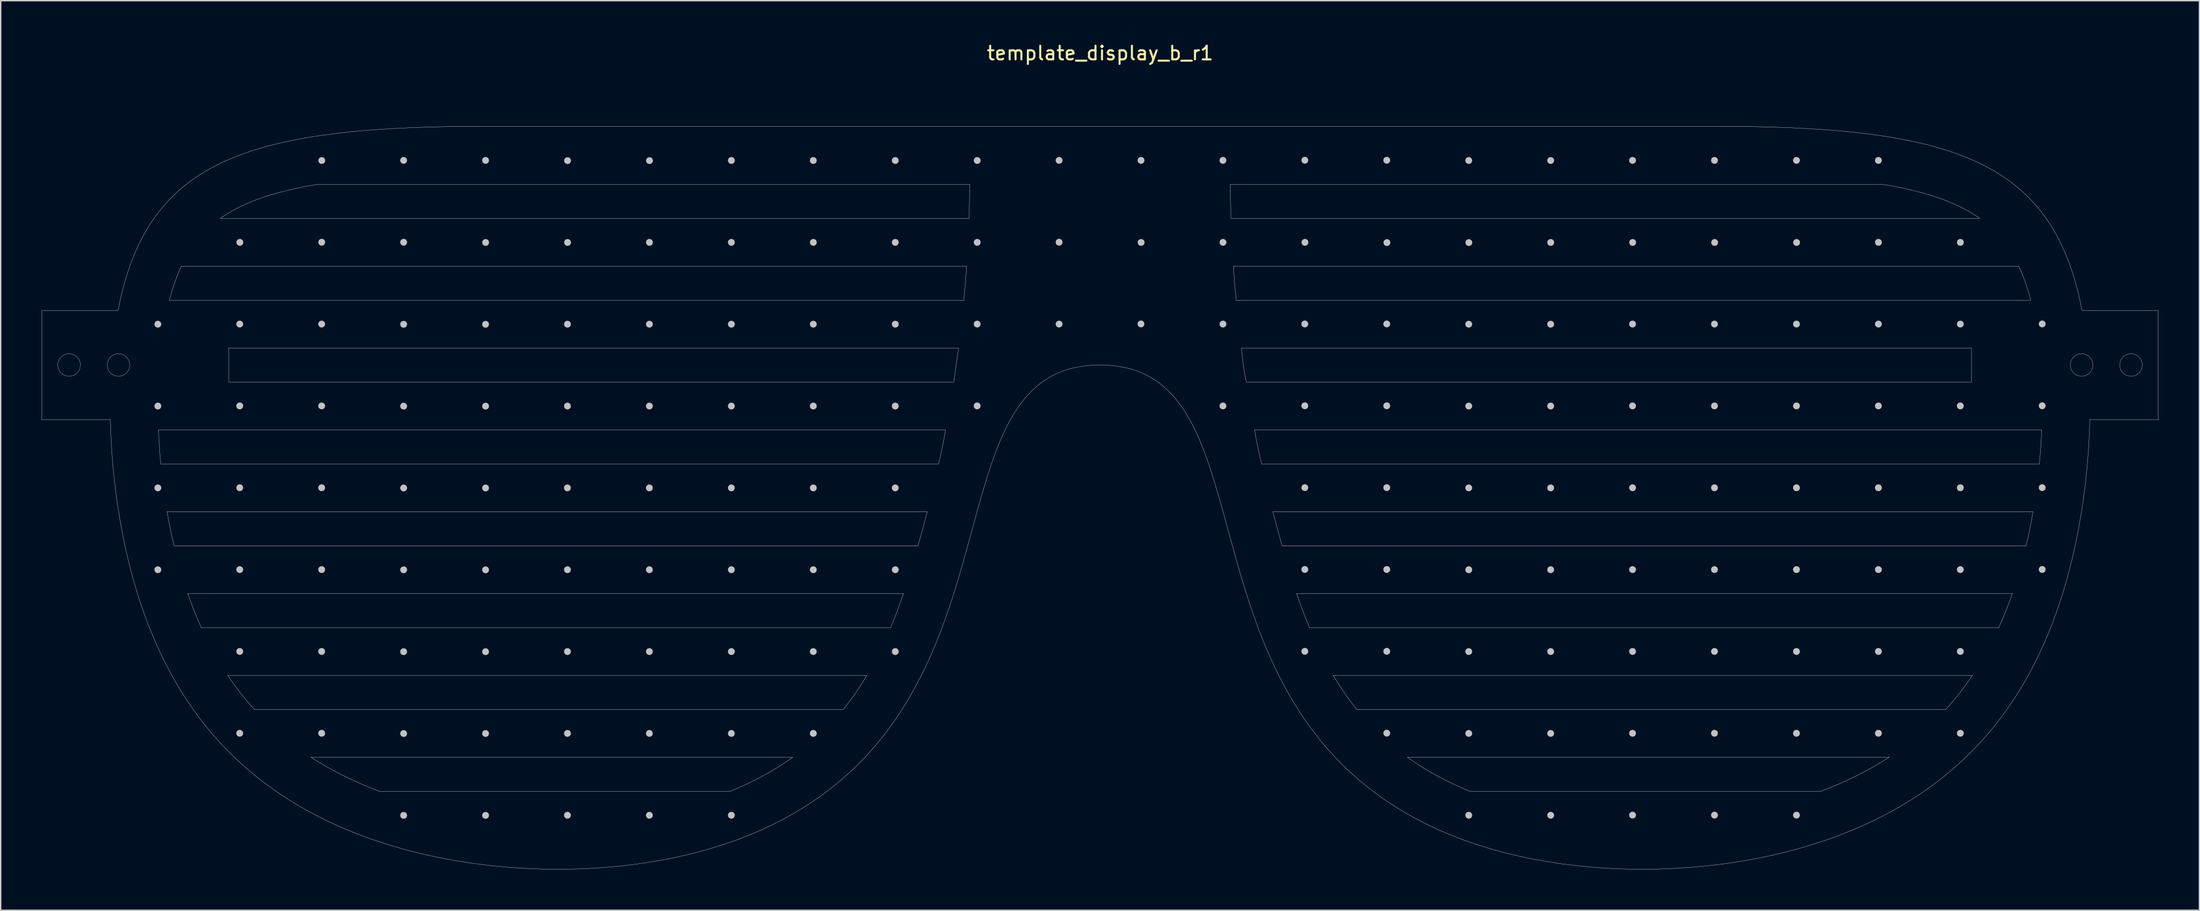
<source format=kicad_pcb>
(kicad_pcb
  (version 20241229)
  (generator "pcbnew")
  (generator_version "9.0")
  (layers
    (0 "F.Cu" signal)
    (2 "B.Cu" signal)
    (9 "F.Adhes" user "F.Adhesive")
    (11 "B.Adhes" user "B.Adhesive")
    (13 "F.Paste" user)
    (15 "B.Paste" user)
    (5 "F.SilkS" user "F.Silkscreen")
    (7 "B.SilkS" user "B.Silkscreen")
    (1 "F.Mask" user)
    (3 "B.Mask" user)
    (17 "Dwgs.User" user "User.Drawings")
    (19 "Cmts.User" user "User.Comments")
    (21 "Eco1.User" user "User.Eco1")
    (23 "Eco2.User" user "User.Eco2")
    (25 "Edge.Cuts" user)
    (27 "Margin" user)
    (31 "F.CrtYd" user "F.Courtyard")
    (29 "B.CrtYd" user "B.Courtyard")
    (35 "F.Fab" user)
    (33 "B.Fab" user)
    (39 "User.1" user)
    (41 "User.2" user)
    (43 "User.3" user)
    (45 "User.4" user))
  (footprint "template_display_b_r1"
    (layer "F.Cu")
    (at 77.51 23.708)
    (property "Reference" "template_display_b_r1" (at 0 -22.86 0) (unlocked yes) (layer "F.SilkS") (effects (font (size 1 1) (thickness 0.15))))
    (attr board_only exclude_from_pos_files exclude_from_bom)
    (fp_line (start -69 -2.991) (end -69 -2.991) (stroke (width 0.5) (type solid)) (layer "Dwgs.User"))
    (fp_line (start -69 3.009) (end -69 3.009) (stroke (width 0.5) (type solid)) (layer "Dwgs.User"))
    (fp_line (start -69 9.009) (end -69 9.009) (stroke (width 0.5) (type solid)) (layer "Dwgs.User"))
    (fp_line (start -69 15.009) (end -69 15.009) (stroke (width 0.5) (type solid)) (layer "Dwgs.User"))
    (fp_line (start -63.004 -3) (end -63.004 -3) (stroke (width 0.5) (type solid)) (layer "Dwgs.User"))
    (fp_line (start -63.004 3) (end -63.004 3) (stroke (width 0.5) (type solid)) (layer "Dwgs.User"))
    (fp_line (start -63.004 9) (end -63.004 9) (stroke (width 0.5) (type solid)) (layer "Dwgs.User"))
    (fp_line (start -63.004 15) (end -63.004 15) (stroke (width 0.5) (type solid)) (layer "Dwgs.User"))
    (fp_line (start -63.004 21) (end -63.004 21) (stroke (width 0.5) (type solid)) (layer "Dwgs.User"))
    (fp_line (start -63.004 27) (end -63.004 27) (stroke (width 0.5) (type solid)) (layer "Dwgs.User"))
    (fp_line (start -62.996 -8.991) (end -62.996 -8.991) (stroke (width 0.5) (type solid)) (layer "Dwgs.User"))
    (fp_line (start -57.004 -3) (end -57.004 -3) (stroke (width 0.5) (type solid)) (layer "Dwgs.User"))
    (fp_line (start -57.004 3) (end -57.004 3) (stroke (width 0.5) (type solid)) (layer "Dwgs.User"))
    (fp_line (start -57.004 9) (end -57.004 9) (stroke (width 0.5) (type solid)) (layer "Dwgs.User"))
    (fp_line (start -57.004 15) (end -57.004 15) (stroke (width 0.5) (type solid)) (layer "Dwgs.User"))
    (fp_line (start -57.004 21) (end -57.004 21) (stroke (width 0.5) (type solid)) (layer "Dwgs.User"))
    (fp_line (start -57.004 27) (end -57.004 27) (stroke (width 0.5) (type solid)) (layer "Dwgs.User"))
    (fp_line (start -57 -9) (end -57 -9) (stroke (width 0.5) (type solid)) (layer "Dwgs.User"))
    (fp_line (start -56.996 -14.991) (end -56.996 -14.991) (stroke (width 0.5) (type solid)) (layer "Dwgs.User"))
    (fp_line (start -51 -15) (end -51 -15) (stroke (width 0.5) (type solid)) (layer "Dwgs.User"))
    (fp_line (start -51 -9) (end -51 -9) (stroke (width 0.5) (type solid)) (layer "Dwgs.User"))
    (fp_line (start -51 -2.983) (end -51 -2.983) (stroke (width 0.5) (type solid)) (layer "Dwgs.User"))
    (fp_line (start -51 3.017) (end -51 3.017) (stroke (width 0.5) (type solid)) (layer "Dwgs.User"))
    (fp_line (start -51 9.017) (end -51 9.017) (stroke (width 0.5) (type solid)) (layer "Dwgs.User"))
    (fp_line (start -51 15.017) (end -51 15.017) (stroke (width 0.5) (type solid)) (layer "Dwgs.User"))
    (fp_line (start -51 21.017) (end -51 21.017) (stroke (width 0.5) (type solid)) (layer "Dwgs.User"))
    (fp_line (start -51 27.017) (end -51 27.017) (stroke (width 0.5) (type solid)) (layer "Dwgs.User"))
    (fp_line (start -51 33.017) (end -51 33.017) (stroke (width 0.5) (type solid)) (layer "Dwgs.User"))
    (fp_line (start -45 -15) (end -45 -15) (stroke (width 0.5) (type solid)) (layer "Dwgs.User"))
    (fp_line (start -45 -2.983) (end -45 -2.983) (stroke (width 0.5) (type solid)) (layer "Dwgs.User"))
    (fp_line (start -45 3.017) (end -45 3.017) (stroke (width 0.5) (type solid)) (layer "Dwgs.User"))
    (fp_line (start -45 9.017) (end -45 9.017) (stroke (width 0.5) (type solid)) (layer "Dwgs.User"))
    (fp_line (start -45 15.017) (end -45 15.017) (stroke (width 0.5) (type solid)) (layer "Dwgs.User"))
    (fp_line (start -45 21.017) (end -45 21.017) (stroke (width 0.5) (type solid)) (layer "Dwgs.User"))
    (fp_line (start -45 27.017) (end -45 27.017) (stroke (width 0.5) (type solid)) (layer "Dwgs.User"))
    (fp_line (start -45 33.017) (end -45 33.017) (stroke (width 0.5) (type solid)) (layer "Dwgs.User"))
    (fp_line (start -44.996 -8.983) (end -44.996 -8.983) (stroke (width 0.5) (type solid)) (layer "Dwgs.User"))
    (fp_line (start -39.004 -2.991) (end -39.004 -2.991) (stroke (width 0.5) (type solid)) (layer "Dwgs.User"))
    (fp_line (start -39.004 3.009) (end -39.004 3.009) (stroke (width 0.5) (type solid)) (layer "Dwgs.User"))
    (fp_line (start -39.004 9.009) (end -39.004 9.009) (stroke (width 0.5) (type solid)) (layer "Dwgs.User"))
    (fp_line (start -39.004 15.009) (end -39.004 15.009) (stroke (width 0.5) (type solid)) (layer "Dwgs.User"))
    (fp_line (start -39.004 21.009) (end -39.004 21.009) (stroke (width 0.5) (type solid)) (layer "Dwgs.User"))
    (fp_line (start -39.004 27.009) (end -39.004 27.009) (stroke (width 0.5) (type solid)) (layer "Dwgs.User"))
    (fp_line (start -39.004 33.009) (end -39.004 33.009) (stroke (width 0.5) (type solid)) (layer "Dwgs.User"))
    (fp_line (start -38.996 -14.983) (end -38.996 -14.983) (stroke (width 0.5) (type solid)) (layer "Dwgs.User"))
    (fp_line (start -38.996 -8.983) (end -38.996 -8.983) (stroke (width 0.5) (type solid)) (layer "Dwgs.User"))
    (fp_line (start -33.004 -2.991) (end -33.004 -2.991) (stroke (width 0.5) (type solid)) (layer "Dwgs.User"))
    (fp_line (start -33.004 3.009) (end -33.004 3.009) (stroke (width 0.5) (type solid)) (layer "Dwgs.User"))
    (fp_line (start -33.004 9.009) (end -33.004 9.009) (stroke (width 0.5) (type solid)) (layer "Dwgs.User"))
    (fp_line (start -33.004 15.009) (end -33.004 15.009) (stroke (width 0.5) (type solid)) (layer "Dwgs.User"))
    (fp_line (start -33.004 21.009) (end -33.004 21.009) (stroke (width 0.5) (type solid)) (layer "Dwgs.User"))
    (fp_line (start -33.004 27.009) (end -33.004 27.009) (stroke (width 0.5) (type solid)) (layer "Dwgs.User"))
    (fp_line (start -33.004 33.009) (end -33.004 33.009) (stroke (width 0.5) (type solid)) (layer "Dwgs.User"))
    (fp_line (start -33 -8.991) (end -33 -8.991) (stroke (width 0.5) (type solid)) (layer "Dwgs.User"))
    (fp_line (start -32.996 -14.983) (end -32.996 -14.983) (stroke (width 0.5) (type solid)) (layer "Dwgs.User"))
    (fp_line (start -27 -14.991) (end -27 -14.991) (stroke (width 0.5) (type solid)) (layer "Dwgs.User"))
    (fp_line (start -27 -8.991) (end -27 -8.991) (stroke (width 0.5) (type solid)) (layer "Dwgs.User"))
    (fp_line (start -27 -2.991) (end -27 -2.991) (stroke (width 0.5) (type solid)) (layer "Dwgs.User"))
    (fp_line (start -27 3.009) (end -27 3.009) (stroke (width 0.5) (type solid)) (layer "Dwgs.User"))
    (fp_line (start -27 9.009) (end -27 9.009) (stroke (width 0.5) (type solid)) (layer "Dwgs.User"))
    (fp_line (start -27 15.009) (end -27 15.009) (stroke (width 0.5) (type solid)) (layer "Dwgs.User"))
    (fp_line (start -27 21.009) (end -27 21.009) (stroke (width 0.5) (type solid)) (layer "Dwgs.User"))
    (fp_line (start -27 27.009) (end -27 27.009) (stroke (width 0.5) (type solid)) (layer "Dwgs.User"))
    (fp_line (start -27 33.009) (end -27 33.009) (stroke (width 0.5) (type solid)) (layer "Dwgs.User"))
    (fp_line (start -21 -14.991) (end -21 -14.991) (stroke (width 0.5) (type solid)) (layer "Dwgs.User"))
    (fp_line (start -21 -2.991) (end -21 -2.991) (stroke (width 0.5) (type solid)) (layer "Dwgs.User"))
    (fp_line (start -21 3.009) (end -21 3.009) (stroke (width 0.5) (type solid)) (layer "Dwgs.User"))
    (fp_line (start -21 9.009) (end -21 9.009) (stroke (width 0.5) (type solid)) (layer "Dwgs.User"))
    (fp_line (start -21 15.009) (end -21 15.009) (stroke (width 0.5) (type solid)) (layer "Dwgs.User"))
    (fp_line (start -21 21.009) (end -21 21.009) (stroke (width 0.5) (type solid)) (layer "Dwgs.User"))
    (fp_line (start -21 27.009) (end -21 27.009) (stroke (width 0.5) (type solid)) (layer "Dwgs.User"))
    (fp_line (start -20.996 -8.991) (end -20.996 -8.991) (stroke (width 0.5) (type solid)) (layer "Dwgs.User"))
    (fp_line (start -14.996 -14.991) (end -14.996 -14.991) (stroke (width 0.5) (type solid)) (layer "Dwgs.User"))
    (fp_line (start -14.996 -8.991) (end -14.996 -8.991) (stroke (width 0.5) (type solid)) (layer "Dwgs.User"))
    (fp_line (start -14.996 -2.991) (end -14.996 -2.991) (stroke (width 0.5) (type solid)) (layer "Dwgs.User"))
    (fp_line (start -14.996 3.009) (end -14.996 3.009) (stroke (width 0.5) (type solid)) (layer "Dwgs.User"))
    (fp_line (start -14.996 9.009) (end -14.996 9.009) (stroke (width 0.5) (type solid)) (layer "Dwgs.User"))
    (fp_line (start -14.996 15.009) (end -14.996 15.009) (stroke (width 0.5) (type solid)) (layer "Dwgs.User"))
    (fp_line (start -14.996 21.009) (end -14.996 21.009) (stroke (width 0.5) (type solid)) (layer "Dwgs.User"))
    (fp_line (start -9 -3) (end -9 -3) (stroke (width 0.5) (type solid)) (layer "Dwgs.User"))
    (fp_line (start -9 3) (end -9 3) (stroke (width 0.5) (type solid)) (layer "Dwgs.User"))
    (fp_line (start -8.996 -14.991) (end -8.996 -14.991) (stroke (width 0.5) (type solid)) (layer "Dwgs.User"))
    (fp_line (start -8.996 -8.991) (end -8.996 -8.991) (stroke (width 0.5) (type solid)) (layer "Dwgs.User"))
    (fp_line (start -3 -15) (end -3 -15) (stroke (width 0.5) (type solid)) (layer "Dwgs.User"))
    (fp_line (start -3 -9) (end -3 -9) (stroke (width 0.5) (type solid)) (layer "Dwgs.User"))
    (fp_line (start -3 -3) (end -3 -3) (stroke (width 0.5) (type solid)) (layer "Dwgs.User"))
    (fp_line (start 2.996 -3.009) (end 2.996 -3.009) (stroke (width 0.5) (type solid)) (layer "Dwgs.User"))
    (fp_line (start 3 -15) (end 3 -15) (stroke (width 0.5) (type solid)) (layer "Dwgs.User"))
    (fp_line (start 3.008 -8.983) (end 3.008 -8.983) (stroke (width 0.5) (type solid)) (layer "Dwgs.User"))
    (fp_line (start 9 -15) (end 9 -15) (stroke (width 0.5) (type solid)) (layer "Dwgs.User"))
    (fp_line (start 9 -3) (end 9 -3) (stroke (width 0.5) (type solid)) (layer "Dwgs.User"))
    (fp_line (start 9 3) (end 9 3) (stroke (width 0.5) (type solid)) (layer "Dwgs.User"))
    (fp_line (start 9.004 -8.991) (end 9.004 -8.991) (stroke (width 0.5) (type solid)) (layer "Dwgs.User"))
    (fp_line (start 14.996 -15.009) (end 14.996 -15.009) (stroke (width 0.5) (type solid)) (layer "Dwgs.User"))
    (fp_line (start 14.996 -3.009) (end 14.996 -3.009) (stroke (width 0.5) (type solid)) (layer "Dwgs.User"))
    (fp_line (start 14.996 2.991) (end 14.996 2.991) (stroke (width 0.5) (type solid)) (layer "Dwgs.User"))
    (fp_line (start 14.996 8.991) (end 14.996 8.991) (stroke (width 0.5) (type solid)) (layer "Dwgs.User"))
    (fp_line (start 14.996 14.991) (end 14.996 14.991) (stroke (width 0.5) (type solid)) (layer "Dwgs.User"))
    (fp_line (start 14.996 20.991) (end 14.996 20.991) (stroke (width 0.5) (type solid)) (layer "Dwgs.User"))
    (fp_line (start 15.004 -8.991) (end 15.004 -8.991) (stroke (width 0.5) (type solid)) (layer "Dwgs.User"))
    (fp_line (start 20.996 -15.009) (end 20.996 -15.009) (stroke (width 0.5) (type solid)) (layer "Dwgs.User"))
    (fp_line (start 20.996 -3.009) (end 20.996 -3.009) (stroke (width 0.5) (type solid)) (layer "Dwgs.User"))
    (fp_line (start 20.996 2.991) (end 20.996 2.991) (stroke (width 0.5) (type solid)) (layer "Dwgs.User"))
    (fp_line (start 20.996 8.991) (end 20.996 8.991) (stroke (width 0.5) (type solid)) (layer "Dwgs.User"))
    (fp_line (start 20.996 14.991) (end 20.996 14.991) (stroke (width 0.5) (type solid)) (layer "Dwgs.User"))
    (fp_line (start 20.996 20.991) (end 20.996 20.991) (stroke (width 0.5) (type solid)) (layer "Dwgs.User"))
    (fp_line (start 20.996 26.991) (end 20.996 26.991) (stroke (width 0.5) (type solid)) (layer "Dwgs.User"))
    (fp_line (start 21.008 -8.974) (end 21.008 -8.974) (stroke (width 0.5) (type solid)) (layer "Dwgs.User"))
    (fp_line (start 27 -14.991) (end 27 -14.991) (stroke (width 0.5) (type solid)) (layer "Dwgs.User"))
    (fp_line (start 27 -2.991) (end 27 -2.991) (stroke (width 0.5) (type solid)) (layer "Dwgs.User"))
    (fp_line (start 27 3.009) (end 27 3.009) (stroke (width 0.5) (type solid)) (layer "Dwgs.User"))
    (fp_line (start 27 9.009) (end 27 9.009) (stroke (width 0.5) (type solid)) (layer "Dwgs.User"))
    (fp_line (start 27 15.009) (end 27 15.009) (stroke (width 0.5) (type solid)) (layer "Dwgs.User"))
    (fp_line (start 27 21.009) (end 27 21.009) (stroke (width 0.5) (type solid)) (layer "Dwgs.User"))
    (fp_line (start 27 27.009) (end 27 27.009) (stroke (width 0.5) (type solid)) (layer "Dwgs.User"))
    (fp_line (start 27 33.009) (end 27 33.009) (stroke (width 0.5) (type solid)) (layer "Dwgs.User"))
    (fp_line (start 27.008 -8.974) (end 27.008 -8.974) (stroke (width 0.5) (type solid)) (layer "Dwgs.User"))
    (fp_line (start 33 -14.991) (end 33 -14.991) (stroke (width 0.5) (type solid)) (layer "Dwgs.User"))
    (fp_line (start 33 -2.991) (end 33 -2.991) (stroke (width 0.5) (type solid)) (layer "Dwgs.User"))
    (fp_line (start 33 3.009) (end 33 3.009) (stroke (width 0.5) (type solid)) (layer "Dwgs.User"))
    (fp_line (start 33 9.009) (end 33 9.009) (stroke (width 0.5) (type solid)) (layer "Dwgs.User"))
    (fp_line (start 33 15.009) (end 33 15.009) (stroke (width 0.5) (type solid)) (layer "Dwgs.User"))
    (fp_line (start 33 21.009) (end 33 21.009) (stroke (width 0.5) (type solid)) (layer "Dwgs.User"))
    (fp_line (start 33 27.009) (end 33 27.009) (stroke (width 0.5) (type solid)) (layer "Dwgs.User"))
    (fp_line (start 33 33.009) (end 33 33.009) (stroke (width 0.5) (type solid)) (layer "Dwgs.User"))
    (fp_line (start 33.004 -8.983) (end 33.004 -8.983) (stroke (width 0.5) (type solid)) (layer "Dwgs.User"))
    (fp_line (start 38.996 -15) (end 38.996 -15) (stroke (width 0.5) (type solid)) (layer "Dwgs.User"))
    (fp_line (start 38.996 -3) (end 38.996 -3) (stroke (width 0.5) (type solid)) (layer "Dwgs.User"))
    (fp_line (start 38.996 3) (end 38.996 3) (stroke (width 0.5) (type solid)) (layer "Dwgs.User"))
    (fp_line (start 38.996 9) (end 38.996 9) (stroke (width 0.5) (type solid)) (layer "Dwgs.User"))
    (fp_line (start 38.996 15) (end 38.996 15) (stroke (width 0.5) (type solid)) (layer "Dwgs.User"))
    (fp_line (start 38.996 21) (end 38.996 21) (stroke (width 0.5) (type solid)) (layer "Dwgs.User"))
    (fp_line (start 38.996 27) (end 38.996 27) (stroke (width 0.5) (type solid)) (layer "Dwgs.User"))
    (fp_line (start 38.996 33) (end 38.996 33) (stroke (width 0.5) (type solid)) (layer "Dwgs.User"))
    (fp_line (start 39.004 -8.983) (end 39.004 -8.983) (stroke (width 0.5) (type solid)) (layer "Dwgs.User"))
    (fp_line (start 44.996 -15) (end 44.996 -15) (stroke (width 0.5) (type solid)) (layer "Dwgs.User"))
    (fp_line (start 44.996 -3) (end 44.996 -3) (stroke (width 0.5) (type solid)) (layer "Dwgs.User"))
    (fp_line (start 44.996 3) (end 44.996 3) (stroke (width 0.5) (type solid)) (layer "Dwgs.User"))
    (fp_line (start 44.996 9) (end 44.996 9) (stroke (width 0.5) (type solid)) (layer "Dwgs.User"))
    (fp_line (start 44.996 15) (end 44.996 15) (stroke (width 0.5) (type solid)) (layer "Dwgs.User"))
    (fp_line (start 44.996 21) (end 44.996 21) (stroke (width 0.5) (type solid)) (layer "Dwgs.User"))
    (fp_line (start 44.996 27) (end 44.996 27) (stroke (width 0.5) (type solid)) (layer "Dwgs.User"))
    (fp_line (start 44.996 33) (end 44.996 33) (stroke (width 0.5) (type solid)) (layer "Dwgs.User"))
    (fp_line (start 45.008 -8.983) (end 45.008 -8.983) (stroke (width 0.5) (type solid)) (layer "Dwgs.User"))
    (fp_line (start 51 -15) (end 51 -15) (stroke (width 0.5) (type solid)) (layer "Dwgs.User"))
    (fp_line (start 51 -3) (end 51 -3) (stroke (width 0.5) (type solid)) (layer "Dwgs.User"))
    (fp_line (start 51 3) (end 51 3) (stroke (width 0.5) (type solid)) (layer "Dwgs.User"))
    (fp_line (start 51 9) (end 51 9) (stroke (width 0.5) (type solid)) (layer "Dwgs.User"))
    (fp_line (start 51 15) (end 51 15) (stroke (width 0.5) (type solid)) (layer "Dwgs.User"))
    (fp_line (start 51 21) (end 51 21) (stroke (width 0.5) (type solid)) (layer "Dwgs.User"))
    (fp_line (start 51 27) (end 51 27) (stroke (width 0.5) (type solid)) (layer "Dwgs.User"))
    (fp_line (start 51 33) (end 51 33) (stroke (width 0.5) (type solid)) (layer "Dwgs.User"))
    (fp_line (start 51.008 -8.983) (end 51.008 -8.983) (stroke (width 0.5) (type solid)) (layer "Dwgs.User"))
    (fp_line (start 57 -15) (end 57 -15) (stroke (width 0.5) (type solid)) (layer "Dwgs.User"))
    (fp_line (start 57 -3) (end 57 -3) (stroke (width 0.5) (type solid)) (layer "Dwgs.User"))
    (fp_line (start 57 3) (end 57 3) (stroke (width 0.5) (type solid)) (layer "Dwgs.User"))
    (fp_line (start 57 9) (end 57 9) (stroke (width 0.5) (type solid)) (layer "Dwgs.User"))
    (fp_line (start 57 15) (end 57 15) (stroke (width 0.5) (type solid)) (layer "Dwgs.User"))
    (fp_line (start 57 21) (end 57 21) (stroke (width 0.5) (type solid)) (layer "Dwgs.User"))
    (fp_line (start 57 27) (end 57 27) (stroke (width 0.5) (type solid)) (layer "Dwgs.User"))
    (fp_line (start 57.004 -8.991) (end 57.004 -8.991) (stroke (width 0.5) (type solid)) (layer "Dwgs.User"))
    (fp_line (start 63 -3) (end 63 -3) (stroke (width 0.5) (type solid)) (layer "Dwgs.User"))
    (fp_line (start 63 3) (end 63 3) (stroke (width 0.5) (type solid)) (layer "Dwgs.User"))
    (fp_line (start 63 9) (end 63 9) (stroke (width 0.5) (type solid)) (layer "Dwgs.User"))
    (fp_line (start 63 15) (end 63 15) (stroke (width 0.5) (type solid)) (layer "Dwgs.User"))
    (fp_line (start 63 21) (end 63 21) (stroke (width 0.5) (type solid)) (layer "Dwgs.User"))
    (fp_line (start 63 27) (end 63 27) (stroke (width 0.5) (type solid)) (layer "Dwgs.User"))
    (fp_line (start 63.004 -8.991) (end 63.004 -8.991) (stroke (width 0.5) (type solid)) (layer "Dwgs.User"))
    (fp_line (start 68.996 -3.009) (end 68.996 -3.009) (stroke (width 0.5) (type solid)) (layer "Dwgs.User"))
    (fp_line (start 68.996 2.991) (end 68.996 2.991) (stroke (width 0.5) (type solid)) (layer "Dwgs.User"))
    (fp_line (start 68.996 8.991) (end 68.996 8.991) (stroke (width 0.5) (type solid)) (layer "Dwgs.User"))
    (fp_line (start 68.996 14.991) (end 68.996 14.991) (stroke (width 0.5) (type solid)) (layer "Dwgs.User"))
    (fp_circle (center -75.5 0) (end -74.675 0) (stroke (width 0.02) (type solid)) (fill no) (layer "Dwgs.User"))
    (fp_circle (center -71.88 0) (end -71.055 0) (stroke (width 0.02) (type solid)) (fill no) (layer "Dwgs.User"))
    (fp_circle (center 71.88 0) (end 72.705 0) (stroke (width 0.02) (type solid)) (fill no) (layer "Dwgs.User"))
    (fp_circle (center 75.5 0) (end 76.325 0) (stroke (width 0.02) (type solid)) (fill no) (layer "Dwgs.User"))
    (fp_line (start -77.5 -4) (end -77.5 4) (stroke (width 0.02) (type solid)) (layer "Edge.Cuts"))
    (fp_line (start -77.5 4) (end -72.483 4) (stroke (width 0.02) (type solid)) (layer "Edge.Cuts"))
    (fp_line (start -71.913 -4) (end -77.5 -4) (stroke (width 0.02) (type solid)) (layer "Edge.Cuts"))
    (fp_line (start -68.957 4.75) (end -11.318 4.75) (stroke (width 0.02) (type solid)) (layer "Edge.Cuts"))
    (fp_line (start -68.326 10.75) (end -12.655 10.75) (stroke (width 0.02) (type solid)) (layer "Edge.Cuts"))
    (fp_line (start -67.275 -7.25) (end -9.772 -7.25) (stroke (width 0.02) (type solid)) (layer "Edge.Cuts"))
    (fp_line (start -66.814 16.75) (end -14.395 16.75) (stroke (width 0.02) (type solid)) (layer "Edge.Cuts"))
    (fp_line (start -63.886 22.75) (end -17.074 22.75) (stroke (width 0.02) (type solid)) (layer "Edge.Cuts"))
    (fp_line (start -63.81 -1.25) (end -10.36 -1.25) (stroke (width 0.02) (type solid)) (layer "Edge.Cuts"))
    (fp_line (start -63.81 1.25) (end -63.81 -1.25) (stroke (width 0.02) (type solid)) (layer "Edge.Cuts"))
    (fp_line (start -57.793 28.75) (end -22.499 28.75) (stroke (width 0.02) (type solid)) (layer "Edge.Cuts"))
    (fp_line (start -57.264 -13.25) (end -9.547 -13.25) (stroke (width 0.02) (type solid)) (layer "Edge.Cuts"))
    (fp_line (start -27.089 31.25) (end -52.777 31.25) (stroke (width 0.02) (type solid)) (layer "Edge.Cuts"))
    (fp_line (start -18.801 25.25) (end -61.932 25.25) (stroke (width 0.02) (type solid)) (layer "Edge.Cuts"))
    (fp_line (start -15.335 19.25) (end -65.82 19.25) (stroke (width 0.02) (type solid)) (layer "Edge.Cuts"))
    (fp_line (start -13.329 13.25) (end -67.82 13.25) (stroke (width 0.02) (type solid)) (layer "Edge.Cuts"))
    (fp_line (start -11.828 7.25) (end -68.788 7.25) (stroke (width 0.02) (type solid)) (layer "Edge.Cuts"))
    (fp_line (start -10.714 1.25) (end -63.81 1.25) (stroke (width 0.02) (type solid)) (layer "Edge.Cuts"))
    (fp_line (start -10.36 -1.25) (end -10.714 1.25) (stroke (width 0.02) (type solid)) (layer "Edge.Cuts"))
    (fp_line (start -9.973 -4.75) (end -68.158 -4.75) (stroke (width 0.02) (type solid)) (layer "Edge.Cuts"))
    (fp_line (start -9.597 -10.75) (end -64.416 -10.75) (stroke (width 0.02) (type solid)) (layer "Edge.Cuts"))
    (fp_line (start 9.547 -13.25) (end 57.264 -13.25) (stroke (width 0.02) (type solid)) (layer "Edge.Cuts"))
    (fp_line (start 9.772 -7.25) (end 67.275 -7.25) (stroke (width 0.02) (type solid)) (layer "Edge.Cuts"))
    (fp_line (start 10.714 1.25) (end 63.81 1.25) (stroke (width 0.02) (type solid)) (layer "Edge.Cuts"))
    (fp_line (start 11.318 4.75) (end 68.957 4.75) (stroke (width 0.02) (type solid)) (layer "Edge.Cuts"))
    (fp_line (start 12.655 10.75) (end 68.326 10.75) (stroke (width 0.02) (type solid)) (layer "Edge.Cuts"))
    (fp_line (start 14.395 16.75) (end 66.814 16.75) (stroke (width 0.02) (type solid)) (layer "Edge.Cuts"))
    (fp_line (start 17.074 22.75) (end 63.886 22.75) (stroke (width 0.02) (type solid)) (layer "Edge.Cuts"))
    (fp_line (start 22.499 28.75) (end 57.793 28.75) (stroke (width 0.02) (type solid)) (layer "Edge.Cuts"))
    (fp_line (start 45 -17.5) (end -45 -17.5) (stroke (width 0.02) (type solid)) (layer "Edge.Cuts"))
    (fp_line (start 52.777 31.25) (end 27.089 31.25) (stroke (width 0.02) (type solid)) (layer "Edge.Cuts"))
    (fp_line (start 61.932 25.25) (end 18.801 25.25) (stroke (width 0.02) (type solid)) (layer "Edge.Cuts"))
    (fp_line (start 63.81 -1.25) (end 10.36 -1.25) (stroke (width 0.02) (type solid)) (layer "Edge.Cuts"))
    (fp_line (start 63.81 1.25) (end 63.81 -1.25) (stroke (width 0.02) (type solid)) (layer "Edge.Cuts"))
    (fp_line (start 64.416 -10.75) (end 9.597 -10.75) (stroke (width 0.02) (type solid)) (layer "Edge.Cuts"))
    (fp_line (start 65.82 19.25) (end 15.335 19.25) (stroke (width 0.02) (type solid)) (layer "Edge.Cuts"))
    (fp_line (start 67.82 13.25) (end 13.329 13.25) (stroke (width 0.02) (type solid)) (layer "Edge.Cuts"))
    (fp_line (start 68.158 -4.75) (end 9.973 -4.75) (stroke (width 0.02) (type solid)) (layer "Edge.Cuts"))
    (fp_line (start 68.788 7.25) (end 11.828 7.25) (stroke (width 0.02) (type solid)) (layer "Edge.Cuts"))
    (fp_line (start 72.483 4) (end 77.5 4) (stroke (width 0.02) (type solid)) (layer "Edge.Cuts"))
    (fp_line (start 77.5 -4) (end 71.913 -4) (stroke (width 0.02) (type solid)) (layer "Edge.Cuts"))
    (fp_line (start 77.5 4) (end 77.5 -4) (stroke (width 0.02) (type solid)) (layer "Edge.Cuts"))
    (fp_arc (start -12.655485 10.75) (mid -12.983999 12.002179) (end -13.328696 13.25) (stroke (width 0.02) (type solid)) (layer "Edge.Cuts"))
    (fp_arc (start -11.3178 4.75) (mid -11.548001 6.005104) (end -11.8282 7.25) (stroke (width 0.02) (type solid)) (layer "Edge.Cuts"))
    (fp_arc (start -9.772347 -7.25) (mid -9.864838 -5.999371) (end -9.973006 -4.75) (stroke (width 0.02) (type solid)) (layer "Edge.Cuts"))
    (fp_arc (start -9.547087 -13.25) (mid -9.564279 -11.999844) (end -9.597101 -10.75) (stroke (width 0.02) (type solid)) (layer "Edge.Cuts"))
    (fp_arc (start 9.5971 -10.75) (mid 9.552822 -11.999614) (end 9.54709 -13.25) (stroke (width 0.02) (type solid)) (layer "Edge.Cuts"))
    (fp_arc (start 9.97301 -4.75) (mid 9.852346 -5.998368) (end 9.77235 -7.25) (stroke (width 0.02) (type solid)) (layer "Edge.Cuts"))
    (fp_arc (start 10.7139 1.25) (mid 10.491874 0.006402) (end 10.3604 -1.25) (stroke (width 0.02) (type solid)) (layer "Edge.Cuts"))
    (fp_arc (start 11.8282 7.25) (mid 11.548001 6.005104) (end 11.3178 4.75) (stroke (width 0.02) (type solid)) (layer "Edge.Cuts"))
    (fp_arc (start 13.328696 13.25) (mid 12.983999 12.002179) (end 12.655485 10.75) (stroke (width 0.02) (type solid)) (layer "Edge.Cuts"))
    (fp_curve (pts (xy -72.483 4) (xy -72.432 6.152) (xy -72.243 8.332) (xy -71.918 10.466)) (stroke (width 0.02) (type solid)) (layer "Edge.Cuts"))
    (fp_curve (pts (xy -71.918 10.466) (xy -71.592 12.601) (xy -71.13 14.691) (xy -70.518 16.68)) (stroke (width 0.02) (type solid)) (layer "Edge.Cuts"))
    (fp_curve (pts (xy -70.518 16.68) (xy -69.294 20.664) (xy -67.465 24.227) (xy -64.913 27.164)) (stroke (width 0.02) (type solid)) (layer "Edge.Cuts"))
    (fp_curve (pts (xy -69.966 -9.663) (xy -70.914 -7.974) (xy -71.52 -6.059) (xy -71.913 -4)) (stroke (width 0.02) (type solid)) (layer "Edge.Cuts"))
    (fp_curve (pts (xy -68.894 5.925) (xy -68.92 5.533) (xy -68.941 5.141) (xy -68.957 4.75)) (stroke (width 0.02) (type solid)) (layer "Edge.Cuts"))
    (fp_curve (pts (xy -68.788 7.25) (xy -68.829 6.809) (xy -68.864 6.367) (xy -68.894 5.925)) (stroke (width 0.02) (type solid)) (layer "Edge.Cuts"))
    (fp_curve (pts (xy -68.158 -4.75) (xy -67.919 -5.668) (xy -67.622 -6.508) (xy -67.275 -7.25)) (stroke (width 0.02) (type solid)) (layer "Edge.Cuts"))
    (fp_curve (pts (xy -67.82 13.25) (xy -68.013 12.432) (xy -68.181 11.596) (xy -68.326 10.75)) (stroke (width 0.02) (type solid)) (layer "Edge.Cuts"))
    (fp_curve (pts (xy -66.622 17.287) (xy -66.687 17.11) (xy -66.751 16.931) (xy -66.814 16.75)) (stroke (width 0.02) (type solid)) (layer "Edge.Cuts"))
    (fp_curve (pts (xy -65.86 -13.99) (xy -67.72 -12.814) (xy -69.013 -11.352) (xy -69.966 -9.663)) (stroke (width 0.02) (type solid)) (layer "Edge.Cuts"))
    (fp_curve (pts (xy -65.82 19.25) (xy -66.107 18.617) (xy -66.374 17.963) (xy -66.622 17.287)) (stroke (width 0.02) (type solid)) (layer "Edge.Cuts"))
    (fp_curve (pts (xy -64.913 27.164) (xy -62.367 30.106) (xy -59.083 32.438) (xy -55.101 34.094)) (stroke (width 0.02) (type solid)) (layer "Edge.Cuts"))
    (fp_curve (pts (xy -64.416 -10.75) (xy -63.411 -11.47) (xy -62.081 -12.107) (xy -60.147 -12.637)) (stroke (width 0.02) (type solid)) (layer "Edge.Cuts"))
    (fp_curve (pts (xy -61.932 25.25) (xy -62.641 24.471) (xy -63.292 23.638) (xy -63.886 22.75)) (stroke (width 0.02) (type solid)) (layer "Edge.Cuts"))
    (fp_curve (pts (xy -60.147 -12.637) (xy -59.307 -12.87) (xy -58.345 -13.074) (xy -57.264 -13.25)) (stroke (width 0.02) (type solid)) (layer "Edge.Cuts"))
    (fp_curve (pts (xy -58.231 -16.64) (xy -61.568 -16.058) (xy -63.996 -15.167) (xy -65.86 -13.99)) (stroke (width 0.02) (type solid)) (layer "Edge.Cuts"))
    (fp_curve (pts (xy -55.101 34.094) (xy -53.113 34.922) (xy -50.955 35.582) (xy -48.662 36.061)) (stroke (width 0.02) (type solid)) (layer "Edge.Cuts"))
    (fp_curve (pts (xy -52.777 31.25) (xy -54.63 30.557) (xy -56.3 29.72) (xy -57.793 28.75)) (stroke (width 0.02) (type solid)) (layer "Edge.Cuts"))
    (fp_curve (pts (xy -48.662 36.061) (xy -46.37 36.54) (xy -43.942 36.839) (xy -41.441 36.935)) (stroke (width 0.02) (type solid)) (layer "Edge.Cuts"))
    (fp_curve (pts (xy -45 -17.5) (xy -50.641 -17.501) (xy -54.89 -17.225) (xy -58.231 -16.64)) (stroke (width 0.02) (type solid)) (layer "Edge.Cuts"))
    (fp_curve (pts (xy -41.441 36.935) (xy -38.941 37.03) (xy -36.368 36.922) (xy -33.818 36.571)) (stroke (width 0.02) (type solid)) (layer "Edge.Cuts"))
    (fp_curve (pts (xy -33.818 36.571) (xy -31.268 36.219) (xy -28.744 35.622) (xy -26.369 34.726)) (stroke (width 0.02) (type solid)) (layer "Edge.Cuts"))
    (fp_curve (pts (xy -26.369 34.726) (xy -23.992 33.83) (xy -21.767 32.632) (xy -19.798 31.102)) (stroke (width 0.02) (type solid)) (layer "Edge.Cuts"))
    (fp_curve (pts (xy -22.499 28.75) (xy -23.886 29.75) (xy -25.419 30.578) (xy -27.089 31.25)) (stroke (width 0.02) (type solid)) (layer "Edge.Cuts"))
    (fp_curve (pts (xy -19.798 31.102) (xy -17.826 29.575) (xy -16.114 27.713) (xy -14.695 25.552)) (stroke (width 0.02) (type solid)) (layer "Edge.Cuts"))
    (fp_curve (pts (xy -18.42 24.763) (xy -18.545 24.928) (xy -18.672 25.09) (xy -18.801 25.25)) (stroke (width 0.02) (type solid)) (layer "Edge.Cuts"))
    (fp_curve (pts (xy -17.074 22.75) (xy -17.495 23.461) (xy -17.943 24.133) (xy -18.42 24.763)) (stroke (width 0.02) (type solid)) (layer "Edge.Cuts"))
    (fp_curve (pts (xy -14.695 25.552) (xy -13.272 23.396) (xy -12.146 20.938) (xy -11.234 18.321)) (stroke (width 0.02) (type solid)) (layer "Edge.Cuts"))
    (fp_curve (pts (xy -14.449 16.91) (xy -14.727 17.718) (xy -15.022 18.499) (xy -15.335 19.25)) (stroke (width 0.02) (type solid)) (layer "Edge.Cuts"))
    (fp_curve (pts (xy -14.394 16.75) (xy -14.413 16.803) (xy -14.431 16.857) (xy -14.449 16.91)) (stroke (width 0.02) (type solid)) (layer "Edge.Cuts"))
    (fp_curve (pts (xy -11.234 18.321) (xy -10.316 15.709) (xy -9.614 12.935) (xy -8.879 10.289)) (stroke (width 0.02) (type solid)) (layer "Edge.Cuts"))
    (fp_curve (pts (xy -8.879 10.289) (xy -8.135 7.649) (xy -7.36 5.133) (xy -6.084 3.219)) (stroke (width 0.02) (type solid)) (layer "Edge.Cuts"))
    (fp_curve (pts (xy -6.084 3.219) (xy -5.444 2.264) (xy -4.674 1.463) (xy -3.691 0.897)) (stroke (width 0.02) (type solid)) (layer "Edge.Cuts"))
    (fp_curve (pts (xy -3.691 0.897) (xy -2.707 0.331) (xy -1.511 0.00029) (xy 0 0)) (stroke (width 0.02) (type solid)) (layer "Edge.Cuts"))
    (fp_curve (pts (xy 0 0) (xy 1.511 0.00029) (xy 2.707 0.331) (xy 3.691 0.897)) (stroke (width 0.02) (type solid)) (layer "Edge.Cuts"))
    (fp_curve (pts (xy 3.691 0.897) (xy 4.674 1.463) (xy 5.444 2.264) (xy 6.084 3.219)) (stroke (width 0.02) (type solid)) (layer "Edge.Cuts"))
    (fp_curve (pts (xy 6.084 3.219) (xy 7.36 5.133) (xy 8.135 7.649) (xy 8.879 10.289)) (stroke (width 0.02) (type solid)) (layer "Edge.Cuts"))
    (fp_curve (pts (xy 8.879 10.289) (xy 9.614 12.935) (xy 10.316 15.709) (xy 11.234 18.321)) (stroke (width 0.02) (type solid)) (layer "Edge.Cuts"))
    (fp_curve (pts (xy 11.234 18.321) (xy 12.146 20.938) (xy 13.272 23.396) (xy 14.695 25.552)) (stroke (width 0.02) (type solid)) (layer "Edge.Cuts"))
    (fp_curve (pts (xy 14.449 16.91) (xy 14.431 16.857) (xy 14.413 16.803) (xy 14.394 16.75)) (stroke (width 0.02) (type solid)) (layer "Edge.Cuts"))
    (fp_curve (pts (xy 14.695 25.552) (xy 16.114 27.713) (xy 17.826 29.575) (xy 19.798 31.102)) (stroke (width 0.02) (type solid)) (layer "Edge.Cuts"))
    (fp_curve (pts (xy 15.335 19.25) (xy 15.022 18.499) (xy 14.727 17.718) (xy 14.449 16.91)) (stroke (width 0.02) (type solid)) (layer "Edge.Cuts"))
    (fp_curve (pts (xy 18.42 24.763) (xy 17.943 24.133) (xy 17.495 23.461) (xy 17.074 22.75)) (stroke (width 0.02) (type solid)) (layer "Edge.Cuts"))
    (fp_curve (pts (xy 18.801 25.25) (xy 18.672 25.09) (xy 18.545 24.928) (xy 18.42 24.763)) (stroke (width 0.02) (type solid)) (layer "Edge.Cuts"))
    (fp_curve (pts (xy 19.798 31.102) (xy 21.767 32.632) (xy 23.992 33.83) (xy 26.369 34.726)) (stroke (width 0.02) (type solid)) (layer "Edge.Cuts"))
    (fp_curve (pts (xy 26.369 34.726) (xy 28.744 35.622) (xy 31.268 36.219) (xy 33.818 36.571)) (stroke (width 0.02) (type solid)) (layer "Edge.Cuts"))
    (fp_curve (pts (xy 27.089 31.25) (xy 25.419 30.578) (xy 23.886 29.75) (xy 22.499 28.75)) (stroke (width 0.02) (type solid)) (layer "Edge.Cuts"))
    (fp_curve (pts (xy 33.818 36.571) (xy 36.368 36.922) (xy 38.941 37.03) (xy 41.441 36.935)) (stroke (width 0.02) (type solid)) (layer "Edge.Cuts"))
    (fp_curve (pts (xy 41.441 36.935) (xy 43.942 36.839) (xy 46.37 36.54) (xy 48.662 36.061)) (stroke (width 0.02) (type solid)) (layer "Edge.Cuts"))
    (fp_curve (pts (xy 48.662 36.061) (xy 50.955 35.582) (xy 53.113 34.922) (xy 55.101 34.094)) (stroke (width 0.02) (type solid)) (layer "Edge.Cuts"))
    (fp_curve (pts (xy 55.101 34.094) (xy 59.083 32.438) (xy 62.367 30.106) (xy 64.913 27.164)) (stroke (width 0.02) (type solid)) (layer "Edge.Cuts"))
    (fp_curve (pts (xy 57.264 -13.25) (xy 58.345 -13.074) (xy 59.307 -12.87) (xy 60.147 -12.637)) (stroke (width 0.02) (type solid)) (layer "Edge.Cuts"))
    (fp_curve (pts (xy 57.793 28.75) (xy 56.3 29.72) (xy 54.63 30.557) (xy 52.777 31.25)) (stroke (width 0.02) (type solid)) (layer "Edge.Cuts"))
    (fp_curve (pts (xy 58.231 -16.64) (xy 54.89 -17.225) (xy 50.641 -17.501) (xy 45 -17.5)) (stroke (width 0.02) (type solid)) (layer "Edge.Cuts"))
    (fp_curve (pts (xy 60.147 -12.637) (xy 62.081 -12.107) (xy 63.411 -11.47) (xy 64.416 -10.75)) (stroke (width 0.02) (type solid)) (layer "Edge.Cuts"))
    (fp_curve (pts (xy 63.886 22.75) (xy 63.292 23.638) (xy 62.641 24.471) (xy 61.932 25.25)) (stroke (width 0.02) (type solid)) (layer "Edge.Cuts"))
    (fp_curve (pts (xy 64.913 27.164) (xy 67.465 24.227) (xy 69.294 20.664) (xy 70.518 16.68)) (stroke (width 0.02) (type solid)) (layer "Edge.Cuts"))
    (fp_curve (pts (xy 65.86 -13.99) (xy 63.996 -15.167) (xy 61.568 -16.058) (xy 58.231 -16.64)) (stroke (width 0.02) (type solid)) (layer "Edge.Cuts"))
    (fp_curve (pts (xy 66.622 17.287) (xy 66.374 17.963) (xy 66.107 18.617) (xy 65.82 19.25)) (stroke (width 0.02) (type solid)) (layer "Edge.Cuts"))
    (fp_curve (pts (xy 66.814 16.75) (xy 66.751 16.931) (xy 66.687 17.11) (xy 66.622 17.287)) (stroke (width 0.02) (type solid)) (layer "Edge.Cuts"))
    (fp_curve (pts (xy 67.275 -7.25) (xy 67.622 -6.508) (xy 67.919 -5.668) (xy 68.158 -4.75)) (stroke (width 0.02) (type solid)) (layer "Edge.Cuts"))
    (fp_curve (pts (xy 68.326 10.75) (xy 68.181 11.596) (xy 68.013 12.432) (xy 67.82 13.25)) (stroke (width 0.02) (type solid)) (layer "Edge.Cuts"))
    (fp_curve (pts (xy 68.894 5.925) (xy 68.864 6.367) (xy 68.829 6.809) (xy 68.788 7.25)) (stroke (width 0.02) (type solid)) (layer "Edge.Cuts"))
    (fp_curve (pts (xy 68.957 4.75) (xy 68.941 5.141) (xy 68.92 5.533) (xy 68.894 5.925)) (stroke (width 0.02) (type solid)) (layer "Edge.Cuts"))
    (fp_curve (pts (xy 69.966 -9.663) (xy 69.013 -11.352) (xy 67.72 -12.814) (xy 65.86 -13.99)) (stroke (width 0.02) (type solid)) (layer "Edge.Cuts"))
    (fp_curve (pts (xy 70.518 16.68) (xy 71.13 14.691) (xy 71.592 12.601) (xy 71.918 10.466)) (stroke (width 0.02) (type solid)) (layer "Edge.Cuts"))
    (fp_curve (pts (xy 71.913 -4) (xy 71.52 -6.059) (xy 70.914 -7.974) (xy 69.966 -9.663)) (stroke (width 0.02) (type solid)) (layer "Edge.Cuts"))
    (fp_curve (pts (xy 71.918 10.466) (xy 72.243 8.332) (xy 72.432 6.152) (xy 72.483 4)) (stroke (width 0.02) (type solid)) (layer "Edge.Cuts")))
  (gr_rect
    (start -3 -3)
    (end 158.02 63.685)
    (stroke (width 0.1) (type default))
    (fill no)
    (layer "Edge.Cuts")))
</source>
